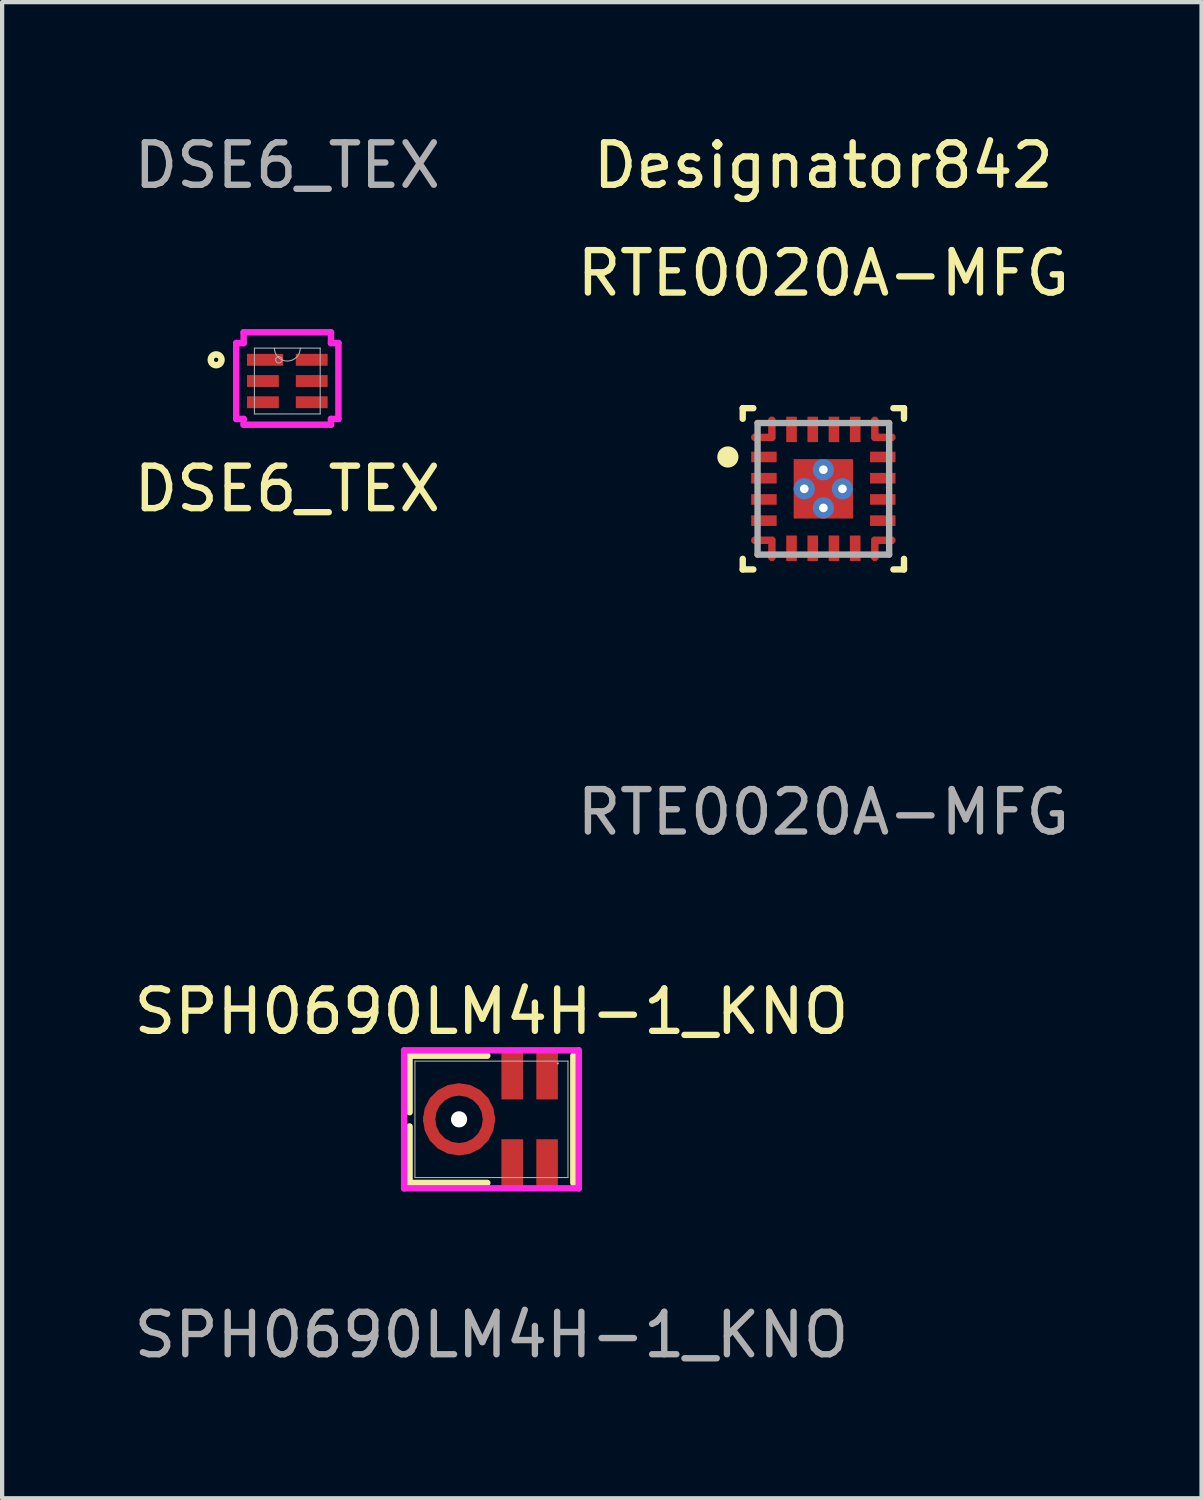
<source format=kicad_pcb>
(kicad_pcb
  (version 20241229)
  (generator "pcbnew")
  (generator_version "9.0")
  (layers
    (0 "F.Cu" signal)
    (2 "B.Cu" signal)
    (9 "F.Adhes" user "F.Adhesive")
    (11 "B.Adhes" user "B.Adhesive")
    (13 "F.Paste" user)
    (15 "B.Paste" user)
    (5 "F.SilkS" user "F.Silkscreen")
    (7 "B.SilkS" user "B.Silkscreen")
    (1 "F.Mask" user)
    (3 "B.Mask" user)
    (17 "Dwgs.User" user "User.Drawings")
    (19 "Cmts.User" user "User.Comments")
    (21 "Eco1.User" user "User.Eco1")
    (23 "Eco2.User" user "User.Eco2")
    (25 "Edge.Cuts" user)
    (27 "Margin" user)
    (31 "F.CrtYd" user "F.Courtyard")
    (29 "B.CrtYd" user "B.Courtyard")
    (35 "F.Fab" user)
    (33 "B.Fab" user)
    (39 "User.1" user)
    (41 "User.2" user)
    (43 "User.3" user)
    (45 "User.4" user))
  (footprint "RTE0020A-MFG"
    (layer "F.Cu")
    (at 16.351 8.468)
    (property "Reference" "RTE0020A-MFG" (at 0 -5.08 0) (unlocked yes) (layer "F.SilkS") (effects (font (size 1 1) (thickness 0.15))))
    (attr smd)
    (fp_poly (pts (xy -1.65 -1.125) (xy -1.7 -1.175) (xy -1.7 -1.25) (xy -1.65 -1.3) (xy -1.3 -1.3) (xy -1.3 -1.65) (xy -1.25 -1.7) (xy -1.175 -1.7) (xy -1.125 -1.65) (xy -1.125 -1.175) (xy -1.175 -1.125)) (stroke (width 0) (type solid)) (fill yes) (layer "F.Cu"))
    (fp_poly (pts (xy -1.65 1.125) (xy -1.7 1.175) (xy -1.7 1.25) (xy -1.65 1.3) (xy -1.3 1.3) (xy -1.3 1.65) (xy -1.25 1.7) (xy -1.175 1.7) (xy -1.125 1.65) (xy -1.125 1.175) (xy -1.175 1.125)) (stroke (width 0) (type solid)) (fill yes) (layer "F.Cu"))
    (fp_poly (pts (xy 1.65 -1.125) (xy 1.7 -1.175) (xy 1.7 -1.25) (xy 1.65 -1.3) (xy 1.3 -1.3) (xy 1.3 -1.65) (xy 1.25 -1.7) (xy 1.175 -1.7) (xy 1.125 -1.65) (xy 1.125 -1.175) (xy 1.175 -1.125)) (stroke (width 0) (type solid)) (fill yes) (layer "F.Cu"))
    (fp_poly (pts (xy 1.65 1.125) (xy 1.7 1.175) (xy 1.7 1.25) (xy 1.65 1.3) (xy 1.3 1.3) (xy 1.3 1.65) (xy 1.25 1.7) (xy 1.175 1.7) (xy 1.125 1.65) (xy 1.125 1.175) (xy 1.175 1.125)) (stroke (width 0) (type solid)) (fill yes) (layer "F.Cu"))
    (fp_poly (pts (xy -1.65 -1.125) (xy -1.7 -1.175) (xy -1.7 -1.25) (xy -1.65 -1.3) (xy -1.3 -1.3) (xy -1.3 -1.65) (xy -1.25 -1.7) (xy -1.175 -1.7) (xy -1.125 -1.65) (xy -1.125 -1.175) (xy -1.175 -1.125)) (stroke (width 0) (type solid)) (fill yes) (layer "F.Mask"))
    (fp_poly (pts (xy -1.65 1.125) (xy -1.175 1.125) (xy -1.125 1.175) (xy -1.125 1.65) (xy -1.175 1.7) (xy -1.25 1.7) (xy -1.3 1.65) (xy -1.3 1.3) (xy -1.65 1.3) (xy -1.7 1.25) (xy -1.7 1.175)) (stroke (width 0) (type solid)) (fill yes) (layer "F.Mask"))
    (fp_poly (pts (xy 1.65 -1.125) (xy 1.175 -1.125) (xy 1.125 -1.175) (xy 1.125 -1.65) (xy 1.175 -1.7) (xy 1.25 -1.7) (xy 1.3 -1.65) (xy 1.3 -1.3) (xy 1.65 -1.3) (xy 1.7 -1.25) (xy 1.7 -1.175)) (stroke (width 0) (type solid)) (fill yes) (layer "F.Mask"))
    (fp_poly (pts (xy 1.65 1.125) (xy 1.7 1.175) (xy 1.7 1.25) (xy 1.65 1.3) (xy 1.3 1.3) (xy 1.3 1.65) (xy 1.25 1.7) (xy 1.175 1.7) (xy 1.125 1.65) (xy 1.125 1.175) (xy 1.175 1.125)) (stroke (width 0) (type solid)) (fill yes) (layer "F.Mask"))
    (fp_line (start -1.9 -1.9) (end -1.65 -1.9) (stroke (width 0.15) (type solid)) (layer "F.SilkS"))
    (fp_line (start -1.9 -1.65) (end -1.9 -1.9) (stroke (width 0.15) (type solid)) (layer "F.SilkS"))
    (fp_line (start -1.9 1.9) (end -1.9 1.65) (stroke (width 0.15) (type solid)) (layer "F.SilkS"))
    (fp_line (start -1.9 1.9) (end -1.65 1.9) (stroke (width 0.15) (type solid)) (layer "F.SilkS"))
    (fp_line (start 1.65 -1.9) (end 1.9 -1.9) (stroke (width 0.15) (type solid)) (layer "F.SilkS"))
    (fp_line (start 1.65 1.9) (end 1.9 1.9) (stroke (width 0.15) (type solid)) (layer "F.SilkS"))
    (fp_line (start 1.9 -1.65) (end 1.9 -1.9) (stroke (width 0.15) (type solid)) (layer "F.SilkS"))
    (fp_line (start 1.9 1.9) (end 1.9 1.65) (stroke (width 0.15) (type solid)) (layer "F.SilkS"))
    (fp_circle (center -2.25 -0.75) (end -2.125 -0.75) (stroke (width 0.25) (type solid)) (fill no) (layer "F.SilkS"))
    (fp_poly (pts (xy 0.6 -0.65) (xy 0.65 -0.6) (xy 0.65 0.6) (xy 0.6 0.65) (xy -0.6 0.65) (xy -0.65 0.6) (xy -0.65 -0.6) (xy -0.6 -0.65)) (stroke (width 0) (type solid)) (fill yes) (layer "F.Paste"))
    (fp_poly (pts (xy -1.65 -1.125) (xy -1.7 -1.175) (xy -1.7 -1.25) (xy -1.65 -1.3) (xy -1.3 -1.3) (xy -1.3 -1.65) (xy -1.25 -1.7) (xy -1.175 -1.7) (xy -1.125 -1.65) (xy -1.125 -1.175) (xy -1.175 -1.125)) (stroke (width 0) (type solid)) (fill yes) (layer "F.Paste"))
    (fp_poly (pts (xy -1.65 1.125) (xy -1.175 1.125) (xy -1.125 1.175) (xy -1.125 1.65) (xy -1.175 1.7) (xy -1.25 1.7) (xy -1.3 1.65) (xy -1.3 1.3) (xy -1.65 1.3) (xy -1.7 1.25) (xy -1.7 1.175)) (stroke (width 0) (type solid)) (fill yes) (layer "F.Paste"))
    (fp_poly (pts (xy 1.65 -1.125) (xy 1.175 -1.125) (xy 1.125 -1.175) (xy 1.125 -1.65) (xy 1.175 -1.7) (xy 1.25 -1.7) (xy 1.3 -1.65) (xy 1.3 -1.3) (xy 1.65 -1.3) (xy 1.7 -1.25) (xy 1.7 -1.175)) (stroke (width 0) (type solid)) (fill yes) (layer "F.Paste"))
    (fp_poly (pts (xy 1.65 1.125) (xy 1.7 1.175) (xy 1.7 1.25) (xy 1.65 1.3) (xy 1.3 1.3) (xy 1.3 1.65) (xy 1.25 1.7) (xy 1.175 1.7) (xy 1.125 1.65) (xy 1.125 1.175) (xy 1.175 1.125)) (stroke (width 0) (type solid)) (fill yes) (layer "F.Paste"))
    (fp_line (start -1.55 -1.55) (end 1.55 -1.55) (stroke (width 0.15) (type solid)) (layer "F.Fab"))
    (fp_line (start -1.55 1.55) (end -1.55 -1.55) (stroke (width 0.15) (type solid)) (layer "F.Fab"))
    (fp_line (start -1.55 1.55) (end 1.55 1.55) (stroke (width 0.15) (type solid)) (layer "F.Fab"))
    (fp_line (start 1.55 1.55) (end 1.55 -1.55) (stroke (width 0.15) (type solid)) (layer "F.Fab"))
    (fp_text user "Designator842" (at 0 -7.62 0) (unlocked yes) (layer "F.SilkS") (effects (font (size 1 1) (thickness 0.15))))
    (fp_text user "${REFERENCE}" (at 0 7.62 0) (unlocked yes) (layer "F.Fab") (effects (font (size 1 1) (thickness 0.15))))
    (pad "1" smd rect (at -1.4 -0.75 90) (size 0.25 0.6) (layers "F.Cu" "F.Mask" "F.Paste"))
    (pad "2" smd rect (at -1.4 -0.25 90) (size 0.25 0.6) (layers "F.Cu" "F.Mask" "F.Paste"))
    (pad "3" smd rect (at -1.4 0.25 90) (size 0.25 0.6) (layers "F.Cu" "F.Mask" "F.Paste"))
    (pad "4" smd rect (at -1.4 0.75 90) (size 0.25 0.6) (layers "F.Cu" "F.Mask" "F.Paste"))
    (pad "5" smd circle (at -1.233 1.233) (size 0.171 0.171) (layers "F.Cu" "F.Mask" "F.Paste"))
    (pad "6" smd rect (at -0.75 1.4) (size 0.25 0.6) (layers "F.Cu" "F.Mask" "F.Paste"))
    (pad "7" smd rect (at -0.25 1.4) (size 0.25 0.6) (layers "F.Cu" "F.Mask" "F.Paste"))
    (pad "8" smd rect (at 0.25 1.4) (size 0.25 0.6) (layers "F.Cu" "F.Mask" "F.Paste"))
    (pad "9" smd rect (at 0.75 1.4) (size 0.25 0.6) (layers "F.Cu" "F.Mask" "F.Paste"))
    (pad "10" smd circle (at 1.233 1.233) (size 0.171 0.171) (layers "F.Cu" "F.Mask" "F.Paste"))
    (pad "11" smd rect (at 1.4 0.75 90) (size 0.25 0.6) (layers "F.Cu" "F.Mask" "F.Paste"))
    (pad "12" smd rect (at 1.4 0.25 90) (size 0.25 0.6) (layers "F.Cu" "F.Mask" "F.Paste"))
    (pad "13" smd rect (at 1.4 -0.25 90) (size 0.25 0.6) (layers "F.Cu" "F.Mask" "F.Paste"))
    (pad "14" smd rect (at 1.4 -0.75 90) (size 0.25 0.6) (layers "F.Cu" "F.Mask" "F.Paste"))
    (pad "15" smd circle (at 1.233 -1.233) (size 0.171 0.171) (layers "F.Cu" "F.Mask" "F.Paste"))
    (pad "16" smd rect (at 0.75 -1.4) (size 0.25 0.6) (layers "F.Cu" "F.Mask" "F.Paste"))
    (pad "17" smd rect (at 0.25 -1.4) (size 0.25 0.6) (layers "F.Cu" "F.Mask" "F.Paste"))
    (pad "18" smd rect (at -0.25 -1.4) (size 0.25 0.6) (layers "F.Cu" "F.Mask" "F.Paste"))
    (pad "19" smd rect (at -0.75 -1.4) (size 0.25 0.6) (layers "F.Cu" "F.Mask" "F.Paste"))
    (pad "20" smd circle (at -1.233 -1.233) (size 0.171 0.171) (layers "F.Cu" "F.Mask" "F.Paste"))
    (pad "21" smd rect (at 0 0) (size 1.4 1.4) (layers "F.Cu" "F.Mask"))
    (pad "V" thru_hole circle (at -0.45 0) (size 0.5 0.5) (drill 0.203) (layers "*.Cu" "*.Mask"))
    (pad "V" thru_hole circle (at 0 -0.45) (size 0.5 0.5) (drill 0.203) (layers "*.Cu" "*.Mask"))
    (pad "V" thru_hole circle (at 0 0.45) (size 0.5 0.5) (drill 0.203) (layers "*.Cu" "*.Mask"))
    (pad "V" thru_hole circle (at 0.45 0) (size 0.5 0.5) (drill 0.203) (layers "*.Cu" "*.Mask")))
  (footprint "DSE6_TEX"
    (layer "F.Cu")
    (at 3.72 5.928)
    (property "Reference" "DSE6_TEX" (at 0 2.54 0) (unlocked yes) (layer "F.SilkS") (effects (font (size 1 1) (thickness 0.15))))
    (attr smd)
    (fp_circle (center -1.677 -0.5) (end -1.55 -0.5) (stroke (width 0.152) (type solid)) (fill no) (layer "F.SilkS"))
    (fp_line (start -1.204 -0.894) (end -1.029 -0.894) (stroke (width 0.152) (type solid)) (layer "F.CrtYd"))
    (fp_line (start -1.204 0.894) (end -1.204 -0.894) (stroke (width 0.152) (type solid)) (layer "F.CrtYd"))
    (fp_line (start -1.204 0.894) (end -1.029 0.894) (stroke (width 0.152) (type solid)) (layer "F.CrtYd"))
    (fp_line (start -1.029 -1.148) (end 1.029 -1.148) (stroke (width 0.152) (type solid)) (layer "F.CrtYd"))
    (fp_line (start -1.029 -0.894) (end -1.029 -1.148) (stroke (width 0.152) (type solid)) (layer "F.CrtYd"))
    (fp_line (start -1.029 1.029) (end -1.029 0.894) (stroke (width 0.152) (type solid)) (layer "F.CrtYd"))
    (fp_line (start 1.029 -1.148) (end 1.029 -0.894) (stroke (width 0.152) (type solid)) (layer "F.CrtYd"))
    (fp_line (start 1.029 0.894) (end 1.029 1.029) (stroke (width 0.152) (type solid)) (layer "F.CrtYd"))
    (fp_line (start 1.029 1.029) (end -1.029 1.029) (stroke (width 0.152) (type solid)) (layer "F.CrtYd"))
    (fp_line (start 1.204 -0.894) (end 1.029 -0.894) (stroke (width 0.152) (type solid)) (layer "F.CrtYd"))
    (fp_line (start 1.204 -0.894) (end 1.204 0.894) (stroke (width 0.152) (type solid)) (layer "F.CrtYd"))
    (fp_line (start 1.204 0.894) (end 1.029 0.894) (stroke (width 0.152) (type solid)) (layer "F.CrtYd"))
    (fp_line (start -0.775 -0.775) (end -0.775 0.775) (stroke (width 0.025) (type solid)) (layer "F.Fab"))
    (fp_line (start -0.775 0.775) (end 0.775 0.775) (stroke (width 0.025) (type solid)) (layer "F.Fab"))
    (fp_line (start 0.775 -0.775) (end -0.775 -0.775) (stroke (width 0.025) (type solid)) (layer "F.Fab"))
    (fp_line (start 0.775 0.775) (end 0.775 -0.775) (stroke (width 0.025) (type solid)) (layer "F.Fab"))
    (fp_arc (start 0.3048 -0.775) (mid 0 -0.4702) (end -0.3048 -0.775) (stroke (width 0.0254) (type solid)) (layer "F.Fab"))
    (fp_circle (center -0.2 -0.5) (end -0.124 -0.5) (stroke (width 0.025) (type solid)) (fill no) (layer "F.Fab"))
    (fp_text user "${REFERENCE}" (at 0 -5.08 0) (unlocked yes) (layer "F.Fab") (effects (font (size 1 1) (thickness 0.15))))
    (pad "1" smd rect (at -0.525 -0.5) (size 0.85 0.28) (layers "F.Cu" "F.Mask" "F.Paste"))
    (pad "2" smd rect (at -0.575 0) (size 0.75 0.28) (layers "F.Cu" "F.Mask" "F.Paste"))
    (pad "3" smd rect (at -0.575 0.5) (size 0.75 0.28) (layers "F.Cu" "F.Mask" "F.Paste"))
    (pad "4" smd rect (at 0.575 0.5) (size 0.75 0.28) (layers "F.Cu" "F.Mask" "F.Paste"))
    (pad "5" smd rect (at 0.575 0) (size 0.75 0.28) (layers "F.Cu" "F.Mask" "F.Paste"))
    (pad "6" smd rect (at 0.575 -0.5) (size 0.75 0.28) (layers "F.Cu" "F.Mask" "F.Paste")))
  (footprint "SPH0690LM4H-1_KNO"
    (layer "F.Cu")
    (at 8.53 23.325)
    (property "Reference" "SPH0690LM4H-1_KNO" (at 0 -2.54 0) (unlocked yes) (layer "F.SilkS") (effects (font (size 1 1) (thickness 0.15))))
    (attr smd)
    (fp_line (start -1.93 -1.499) (end -1.93 -0.168) (stroke (width 0.152) (type solid)) (layer "F.SilkS"))
    (fp_line (start -1.93 0.168) (end -1.93 1.499) (stroke (width 0.152) (type solid)) (layer "F.SilkS"))
    (fp_line (start -1.93 1.499) (end -0.098 1.499) (stroke (width 0.152) (type solid)) (layer "F.SilkS"))
    (fp_line (start -0.098 -1.499) (end -1.93 -1.499) (stroke (width 0.152) (type solid)) (layer "F.SilkS"))
    (fp_line (start 1.93 1.499) (end 1.93 -1.499) (stroke (width 0.152) (type solid)) (layer "F.SilkS"))
    (fp_line (start -2.057 -1.626) (end 2.057 -1.626) (stroke (width 0.152) (type solid)) (layer "F.CrtYd"))
    (fp_line (start -2.057 1.626) (end -2.057 -1.626) (stroke (width 0.152) (type solid)) (layer "F.CrtYd"))
    (fp_line (start 2.057 -1.626) (end 2.057 1.626) (stroke (width 0.152) (type solid)) (layer "F.CrtYd"))
    (fp_line (start 2.057 1.626) (end -2.057 1.626) (stroke (width 0.152) (type solid)) (layer "F.CrtYd"))
    (fp_line (start -1.803 -1.372) (end -1.803 1.372) (stroke (width 0.025) (type solid)) (layer "F.Fab"))
    (fp_line (start -1.803 1.372) (end 1.803 1.372) (stroke (width 0.025) (type solid)) (layer "F.Fab"))
    (fp_line (start 1.803 -1.372) (end -1.803 -1.372) (stroke (width 0.025) (type solid)) (layer "F.Fab"))
    (fp_line (start 1.803 1.372) (end 1.803 -1.372) (stroke (width 0.025) (type solid)) (layer "F.Fab"))
    (fp_circle (center 1.565 -1.32) (end 1.565 -1.32) (stroke (width 0.025) (type solid)) (fill no) (layer "F.Fab"))
    (fp_text user "${REFERENCE}" (at 0 5.08 0) (unlocked yes) (layer "F.Fab") (effects (font (size 1 1) (thickness 0.15))))
    (pad "" np_thru_hole circle (at -0.763 0) (size 0.381 0.381) (drill 0.381) (layers "*.Cu" "*.Mask"))
    (pad "1" smd rect (at 1.311 -1.066 90) (size 1.194 0.508) (layers "F.Cu" "F.Mask" "F.Paste"))
    (pad "2" smd rect (at 0.489 -1.066 90) (size 1.194 0.508) (layers "F.Cu" "F.Mask" "F.Paste"))
    (pad "3" smd custom (at -1.468 0) (size 0.051 0.051) (layers "F.Cu" "F.Mask" "F.Paste") (options (anchor rect)) (primitives (gr_poly (pts (xy 1.553 -0.074) (xy 1.556 0) (xy 1.514 0.263) (xy 1.393 0.5) (xy 1.205 0.688) (xy 0.968 0.809) (xy 0.705 0.851) (xy 0.442 0.809) (xy 0.205 0.688) (xy 0.016 0.5) (xy -0.104 0.263) (xy -0.146 0) (xy -0.143 -0.074) (xy 0.148 -0.049) (xy 0.146 0) (xy 0.173 0.173) (xy 0.253 0.328) (xy 0.376 0.452) (xy 0.532 0.531) (xy 0.705 0.559) (xy 0.878 0.531) (xy 1.033 0.452) (xy 1.157 0.328) (xy 1.236 0.173) (xy 1.264 0) (xy 1.262 -0.049)) (width 0) (fill yes)) (gr_poly (pts (xy 1.553 0.074) (xy 1.556 0) (xy 1.514 -0.263) (xy 1.393 -0.5) (xy 1.205 -0.688) (xy 0.968 -0.809) (xy 0.705 -0.851) (xy 0.442 -0.809) (xy 0.205 -0.688) (xy 0.016 -0.5) (xy -0.104 -0.263) (xy -0.146 0) (xy -0.143 0.074) (xy 0.148 0.049) (xy 0.146 0) (xy 0.173 -0.173) (xy 0.253 -0.328) (xy 0.376 -0.452) (xy 0.532 -0.531) (xy 0.705 -0.559) (xy 0.878 -0.531) (xy 1.033 -0.452) (xy 1.157 -0.328) (xy 1.236 -0.173) (xy 1.264 0) (xy 1.262 0.049)) (width 0) (fill yes))))
    (pad "4" smd rect (at 0.489 1.066 90) (size 1.194 0.508) (layers "F.Cu" "F.Mask" "F.Paste"))
    (pad "5" smd rect (at 1.311 1.066 90) (size 1.194 0.508) (layers "F.Cu" "F.Mask" "F.Paste")))
  (gr_rect
    (start -3 -3)
    (end 25.262 32.253)
    (stroke (width 0.1) (type default))
    (fill no)
    (layer "Edge.Cuts")))
</source>
